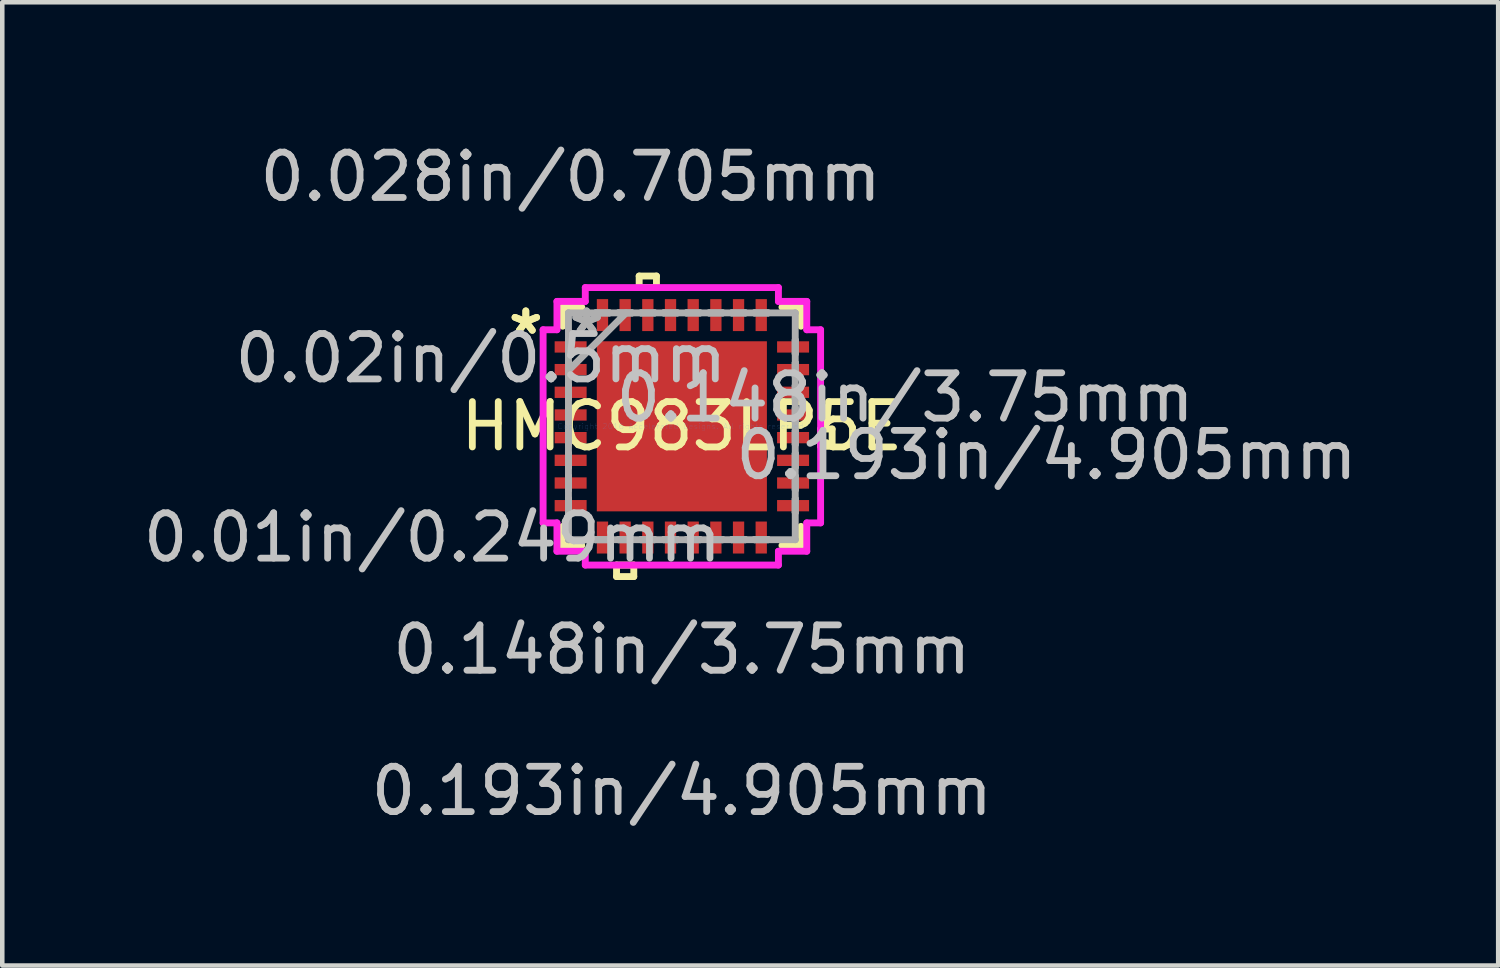
<source format=kicad_pcb>
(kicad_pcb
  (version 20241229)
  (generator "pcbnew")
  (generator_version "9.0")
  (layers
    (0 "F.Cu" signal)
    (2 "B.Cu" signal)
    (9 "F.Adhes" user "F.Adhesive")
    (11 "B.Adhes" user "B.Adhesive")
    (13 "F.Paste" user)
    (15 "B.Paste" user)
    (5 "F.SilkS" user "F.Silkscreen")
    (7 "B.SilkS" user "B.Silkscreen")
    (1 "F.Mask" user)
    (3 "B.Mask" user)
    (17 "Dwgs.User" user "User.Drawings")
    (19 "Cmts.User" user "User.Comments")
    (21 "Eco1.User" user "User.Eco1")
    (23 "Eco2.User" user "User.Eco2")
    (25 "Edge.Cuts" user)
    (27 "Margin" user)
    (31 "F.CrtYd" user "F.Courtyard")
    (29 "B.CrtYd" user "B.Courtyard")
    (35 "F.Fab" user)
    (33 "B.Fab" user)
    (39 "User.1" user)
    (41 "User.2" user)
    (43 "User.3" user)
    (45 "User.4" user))
  (footprint "HMC983LP5E"
    (layer "F.Cu")
    (at 11.983 6.349)
    (property "Reference" "HMC983LP5E" (at 0 0 0) (layer "F.SilkS") (effects (font (size 1 1) (thickness 0.15))))
    (attr through_hole)
    (fp_line (start -2.627 -2.627) (end -2.627 -2.207) (stroke (width 0.152) (type solid)) (layer "F.SilkS"))
    (fp_line (start -2.627 2.207) (end -2.627 2.627) (stroke (width 0.152) (type solid)) (layer "F.SilkS"))
    (fp_line (start -2.627 2.627) (end -2.207 2.627) (stroke (width 0.152) (type solid)) (layer "F.SilkS"))
    (fp_line (start -2.207 -2.627) (end -2.627 -2.627) (stroke (width 0.152) (type solid)) (layer "F.SilkS"))
    (fp_line (start -1.44 3.059) (end -1.44 3.313) (stroke (width 0.152) (type solid)) (layer "F.SilkS"))
    (fp_line (start -1.44 3.313) (end -1.06 3.313) (stroke (width 0.152) (type solid)) (layer "F.SilkS"))
    (fp_line (start -1.06 3.059) (end -1.44 3.059) (stroke (width 0.152) (type solid)) (layer "F.SilkS"))
    (fp_line (start -1.06 3.313) (end -1.06 3.059) (stroke (width 0.152) (type solid)) (layer "F.SilkS"))
    (fp_line (start -0.941 -3.313) (end -0.56 -3.313) (stroke (width 0.152) (type solid)) (layer "F.SilkS"))
    (fp_line (start -0.941 -3.059) (end -0.941 -3.313) (stroke (width 0.152) (type solid)) (layer "F.SilkS"))
    (fp_line (start -0.56 -3.313) (end -0.56 -3.059) (stroke (width 0.152) (type solid)) (layer "F.SilkS"))
    (fp_line (start -0.56 -3.059) (end -0.941 -3.059) (stroke (width 0.152) (type solid)) (layer "F.SilkS"))
    (fp_line (start 2.207 2.627) (end 2.627 2.627) (stroke (width 0.152) (type solid)) (layer "F.SilkS"))
    (fp_line (start 2.627 -2.627) (end 2.207 -2.627) (stroke (width 0.152) (type solid)) (layer "F.SilkS"))
    (fp_line (start 2.627 -2.207) (end 2.627 -2.627) (stroke (width 0.152) (type solid)) (layer "F.SilkS"))
    (fp_line (start 2.627 2.627) (end 2.627 2.207) (stroke (width 0.152) (type solid)) (layer "F.SilkS"))
    (fp_line (start 3.059 0.059) (end 3.313 0.059) (stroke (width 0.152) (type solid)) (layer "F.SilkS"))
    (fp_line (start 3.059 0.441) (end 3.059 0.059) (stroke (width 0.152) (type solid)) (layer "F.SilkS"))
    (fp_line (start 3.313 0.059) (end 3.313 0.441) (stroke (width 0.152) (type solid)) (layer "F.SilkS"))
    (fp_line (start 3.313 0.441) (end 3.059 0.441) (stroke (width 0.152) (type solid)) (layer "F.SilkS"))
    (fp_line (start -1.775 -1.775) (end -1.775 -0.1) (stroke (width 0.152) (type solid)) (layer "F.Paste"))
    (fp_line (start -1.775 -0.1) (end -0.1 -0.1) (stroke (width 0.152) (type solid)) (layer "F.Paste"))
    (fp_line (start -1.775 0.1) (end -1.775 1.775) (stroke (width 0.152) (type solid)) (layer "F.Paste"))
    (fp_line (start -1.775 1.775) (end -0.1 1.775) (stroke (width 0.152) (type solid)) (layer "F.Paste"))
    (fp_line (start -0.1 -1.775) (end -1.775 -1.775) (stroke (width 0.152) (type solid)) (layer "F.Paste"))
    (fp_line (start -0.1 -0.1) (end -0.1 -1.775) (stroke (width 0.152) (type solid)) (layer "F.Paste"))
    (fp_line (start -0.1 0.1) (end -1.775 0.1) (stroke (width 0.152) (type solid)) (layer "F.Paste"))
    (fp_line (start -0.1 1.775) (end -0.1 0.1) (stroke (width 0.152) (type solid)) (layer "F.Paste"))
    (fp_line (start 0.1 -1.775) (end 0.1 -0.1) (stroke (width 0.152) (type solid)) (layer "F.Paste"))
    (fp_line (start 0.1 -0.1) (end 1.775 -0.1) (stroke (width 0.152) (type solid)) (layer "F.Paste"))
    (fp_line (start 0.1 0.1) (end 0.1 1.775) (stroke (width 0.152) (type solid)) (layer "F.Paste"))
    (fp_line (start 0.1 1.775) (end 1.775 1.775) (stroke (width 0.152) (type solid)) (layer "F.Paste"))
    (fp_line (start 1.775 -1.775) (end 0.1 -1.775) (stroke (width 0.152) (type solid)) (layer "F.Paste"))
    (fp_line (start 1.775 -0.1) (end 1.775 -1.775) (stroke (width 0.152) (type solid)) (layer "F.Paste"))
    (fp_line (start 1.775 0.1) (end 0.1 0.1) (stroke (width 0.152) (type solid)) (layer "F.Paste"))
    (fp_line (start 1.775 1.775) (end 1.775 0.1) (stroke (width 0.152) (type solid)) (layer "F.Paste"))
    (fp_line (start -3.059 -2.129) (end -2.754 -2.129) (stroke (width 0.152) (type solid)) (layer "F.CrtYd"))
    (fp_line (start -3.059 2.129) (end -3.059 -2.129) (stroke (width 0.152) (type solid)) (layer "F.CrtYd"))
    (fp_line (start -2.754 -2.754) (end -2.129 -2.754) (stroke (width 0.152) (type solid)) (layer "F.CrtYd"))
    (fp_line (start -2.754 -2.129) (end -2.754 -2.754) (stroke (width 0.152) (type solid)) (layer "F.CrtYd"))
    (fp_line (start -2.754 2.129) (end -3.059 2.129) (stroke (width 0.152) (type solid)) (layer "F.CrtYd"))
    (fp_line (start -2.754 2.754) (end -2.754 2.129) (stroke (width 0.152) (type solid)) (layer "F.CrtYd"))
    (fp_line (start -2.129 -3.059) (end 2.129 -3.059) (stroke (width 0.152) (type solid)) (layer "F.CrtYd"))
    (fp_line (start -2.129 -2.754) (end -2.129 -3.059) (stroke (width 0.152) (type solid)) (layer "F.CrtYd"))
    (fp_line (start -2.129 2.754) (end -2.754 2.754) (stroke (width 0.152) (type solid)) (layer "F.CrtYd"))
    (fp_line (start -2.129 3.059) (end -2.129 2.754) (stroke (width 0.152) (type solid)) (layer "F.CrtYd"))
    (fp_line (start 2.129 -3.059) (end 2.129 -2.754) (stroke (width 0.152) (type solid)) (layer "F.CrtYd"))
    (fp_line (start 2.129 -2.754) (end 2.754 -2.754) (stroke (width 0.152) (type solid)) (layer "F.CrtYd"))
    (fp_line (start 2.129 2.754) (end 2.129 3.059) (stroke (width 0.152) (type solid)) (layer "F.CrtYd"))
    (fp_line (start 2.129 3.059) (end -2.129 3.059) (stroke (width 0.152) (type solid)) (layer "F.CrtYd"))
    (fp_line (start 2.754 -2.754) (end 2.754 -2.129) (stroke (width 0.152) (type solid)) (layer "F.CrtYd"))
    (fp_line (start 2.754 -2.129) (end 3.059 -2.129) (stroke (width 0.152) (type solid)) (layer "F.CrtYd"))
    (fp_line (start 2.754 2.129) (end 2.754 2.754) (stroke (width 0.152) (type solid)) (layer "F.CrtYd"))
    (fp_line (start 2.754 2.754) (end 2.129 2.754) (stroke (width 0.152) (type solid)) (layer "F.CrtYd"))
    (fp_line (start 3.059 -2.129) (end 3.059 2.129) (stroke (width 0.152) (type solid)) (layer "F.CrtYd"))
    (fp_line (start 3.059 2.129) (end 2.754 2.129) (stroke (width 0.152) (type solid)) (layer "F.CrtYd"))
    (fp_line (start -2.5 -2.5) (end -2.5 -2.5) (stroke (width 0.152) (type solid)) (layer "F.Fab"))
    (fp_line (start -2.5 -2.5) (end -2.5 2.5) (stroke (width 0.152) (type solid)) (layer "F.Fab"))
    (fp_line (start -2.5 -1.9) (end -2.5 -1.9) (stroke (width 0.152) (type solid)) (layer "F.Fab"))
    (fp_line (start -2.5 -1.9) (end -2.5 -1.6) (stroke (width 0.152) (type solid)) (layer "F.Fab"))
    (fp_line (start -2.5 -1.6) (end -2.5 -1.9) (stroke (width 0.152) (type solid)) (layer "F.Fab"))
    (fp_line (start -2.5 -1.6) (end -2.5 -1.6) (stroke (width 0.152) (type solid)) (layer "F.Fab"))
    (fp_line (start -2.5 -1.4) (end -2.5 -1.4) (stroke (width 0.152) (type solid)) (layer "F.Fab"))
    (fp_line (start -2.5 -1.4) (end -2.5 -1.1) (stroke (width 0.152) (type solid)) (layer "F.Fab"))
    (fp_line (start -2.5 -1.23) (end -1.23 -2.5) (stroke (width 0.152) (type solid)) (layer "F.Fab"))
    (fp_line (start -2.5 -1.1) (end -2.5 -1.4) (stroke (width 0.152) (type solid)) (layer "F.Fab"))
    (fp_line (start -2.5 -1.1) (end -2.5 -1.1) (stroke (width 0.152) (type solid)) (layer "F.Fab"))
    (fp_line (start -2.5 -0.9) (end -2.5 -0.9) (stroke (width 0.152) (type solid)) (layer "F.Fab"))
    (fp_line (start -2.5 -0.9) (end -2.5 -0.6) (stroke (width 0.152) (type solid)) (layer "F.Fab"))
    (fp_line (start -2.5 -0.6) (end -2.5 -0.9) (stroke (width 0.152) (type solid)) (layer "F.Fab"))
    (fp_line (start -2.5 -0.6) (end -2.5 -0.6) (stroke (width 0.152) (type solid)) (layer "F.Fab"))
    (fp_line (start -2.5 -0.4) (end -2.5 -0.4) (stroke (width 0.152) (type solid)) (layer "F.Fab"))
    (fp_line (start -2.5 -0.4) (end -2.5 -0.1) (stroke (width 0.152) (type solid)) (layer "F.Fab"))
    (fp_line (start -2.5 -0.1) (end -2.5 -0.4) (stroke (width 0.152) (type solid)) (layer "F.Fab"))
    (fp_line (start -2.5 -0.1) (end -2.5 -0.1) (stroke (width 0.152) (type solid)) (layer "F.Fab"))
    (fp_line (start -2.5 0.1) (end -2.5 0.1) (stroke (width 0.152) (type solid)) (layer "F.Fab"))
    (fp_line (start -2.5 0.1) (end -2.5 0.4) (stroke (width 0.152) (type solid)) (layer "F.Fab"))
    (fp_line (start -2.5 0.4) (end -2.5 0.1) (stroke (width 0.152) (type solid)) (layer "F.Fab"))
    (fp_line (start -2.5 0.4) (end -2.5 0.4) (stroke (width 0.152) (type solid)) (layer "F.Fab"))
    (fp_line (start -2.5 0.6) (end -2.5 0.6) (stroke (width 0.152) (type solid)) (layer "F.Fab"))
    (fp_line (start -2.5 0.6) (end -2.5 0.9) (stroke (width 0.152) (type solid)) (layer "F.Fab"))
    (fp_line (start -2.5 0.9) (end -2.5 0.6) (stroke (width 0.152) (type solid)) (layer "F.Fab"))
    (fp_line (start -2.5 0.9) (end -2.5 0.9) (stroke (width 0.152) (type solid)) (layer "F.Fab"))
    (fp_line (start -2.5 1.1) (end -2.5 1.1) (stroke (width 0.152) (type solid)) (layer "F.Fab"))
    (fp_line (start -2.5 1.1) (end -2.5 1.4) (stroke (width 0.152) (type solid)) (layer "F.Fab"))
    (fp_line (start -2.5 1.4) (end -2.5 1.1) (stroke (width 0.152) (type solid)) (layer "F.Fab"))
    (fp_line (start -2.5 1.4) (end -2.5 1.4) (stroke (width 0.152) (type solid)) (layer "F.Fab"))
    (fp_line (start -2.5 1.6) (end -2.5 1.6) (stroke (width 0.152) (type solid)) (layer "F.Fab"))
    (fp_line (start -2.5 1.6) (end -2.5 1.9) (stroke (width 0.152) (type solid)) (layer "F.Fab"))
    (fp_line (start -2.5 1.9) (end -2.5 1.6) (stroke (width 0.152) (type solid)) (layer "F.Fab"))
    (fp_line (start -2.5 1.9) (end -2.5 1.9) (stroke (width 0.152) (type solid)) (layer "F.Fab"))
    (fp_line (start -2.5 2.5) (end -2.5 2.5) (stroke (width 0.152) (type solid)) (layer "F.Fab"))
    (fp_line (start -2.5 2.5) (end 2.5 2.5) (stroke (width 0.152) (type solid)) (layer "F.Fab"))
    (fp_line (start -1.9 -2.5) (end -1.9 -2.5) (stroke (width 0.152) (type solid)) (layer "F.Fab"))
    (fp_line (start -1.9 -2.5) (end -1.6 -2.5) (stroke (width 0.152) (type solid)) (layer "F.Fab"))
    (fp_line (start -1.9 2.5) (end -1.9 2.5) (stroke (width 0.152) (type solid)) (layer "F.Fab"))
    (fp_line (start -1.9 2.5) (end -1.6 2.5) (stroke (width 0.152) (type solid)) (layer "F.Fab"))
    (fp_line (start -1.6 -2.5) (end -1.9 -2.5) (stroke (width 0.152) (type solid)) (layer "F.Fab"))
    (fp_line (start -1.6 -2.5) (end -1.6 -2.5) (stroke (width 0.152) (type solid)) (layer "F.Fab"))
    (fp_line (start -1.6 2.5) (end -1.9 2.5) (stroke (width 0.152) (type solid)) (layer "F.Fab"))
    (fp_line (start -1.6 2.5) (end -1.6 2.5) (stroke (width 0.152) (type solid)) (layer "F.Fab"))
    (fp_line (start -1.4 -2.5) (end -1.4 -2.5) (stroke (width 0.152) (type solid)) (layer "F.Fab"))
    (fp_line (start -1.4 -2.5) (end -1.1 -2.5) (stroke (width 0.152) (type solid)) (layer "F.Fab"))
    (fp_line (start -1.4 2.5) (end -1.4 2.5) (stroke (width 0.152) (type solid)) (layer "F.Fab"))
    (fp_line (start -1.4 2.5) (end -1.1 2.5) (stroke (width 0.152) (type solid)) (layer "F.Fab"))
    (fp_line (start -1.1 -2.5) (end -1.4 -2.5) (stroke (width 0.152) (type solid)) (layer "F.Fab"))
    (fp_line (start -1.1 -2.5) (end -1.1 -2.5) (stroke (width 0.152) (type solid)) (layer "F.Fab"))
    (fp_line (start -1.1 2.5) (end -1.4 2.5) (stroke (width 0.152) (type solid)) (layer "F.Fab"))
    (fp_line (start -1.1 2.5) (end -1.1 2.5) (stroke (width 0.152) (type solid)) (layer "F.Fab"))
    (fp_line (start -0.9 -2.5) (end -0.9 -2.5) (stroke (width 0.152) (type solid)) (layer "F.Fab"))
    (fp_line (start -0.9 -2.5) (end -0.6 -2.5) (stroke (width 0.152) (type solid)) (layer "F.Fab"))
    (fp_line (start -0.9 2.5) (end -0.9 2.5) (stroke (width 0.152) (type solid)) (layer "F.Fab"))
    (fp_line (start -0.9 2.5) (end -0.6 2.5) (stroke (width 0.152) (type solid)) (layer "F.Fab"))
    (fp_line (start -0.6 -2.5) (end -0.9 -2.5) (stroke (width 0.152) (type solid)) (layer "F.Fab"))
    (fp_line (start -0.6 -2.5) (end -0.6 -2.5) (stroke (width 0.152) (type solid)) (layer "F.Fab"))
    (fp_line (start -0.6 2.5) (end -0.9 2.5) (stroke (width 0.152) (type solid)) (layer "F.Fab"))
    (fp_line (start -0.6 2.5) (end -0.6 2.5) (stroke (width 0.152) (type solid)) (layer "F.Fab"))
    (fp_line (start -0.4 -2.5) (end -0.4 -2.5) (stroke (width 0.152) (type solid)) (layer "F.Fab"))
    (fp_line (start -0.4 -2.5) (end -0.1 -2.5) (stroke (width 0.152) (type solid)) (layer "F.Fab"))
    (fp_line (start -0.4 2.5) (end -0.4 2.5) (stroke (width 0.152) (type solid)) (layer "F.Fab"))
    (fp_line (start -0.4 2.5) (end -0.1 2.5) (stroke (width 0.152) (type solid)) (layer "F.Fab"))
    (fp_line (start -0.1 -2.5) (end -0.4 -2.5) (stroke (width 0.152) (type solid)) (layer "F.Fab"))
    (fp_line (start -0.1 -2.5) (end -0.1 -2.5) (stroke (width 0.152) (type solid)) (layer "F.Fab"))
    (fp_line (start -0.1 2.5) (end -0.4 2.5) (stroke (width 0.152) (type solid)) (layer "F.Fab"))
    (fp_line (start -0.1 2.5) (end -0.1 2.5) (stroke (width 0.152) (type solid)) (layer "F.Fab"))
    (fp_line (start 0.1 -2.5) (end 0.1 -2.5) (stroke (width 0.152) (type solid)) (layer "F.Fab"))
    (fp_line (start 0.1 -2.5) (end 0.4 -2.5) (stroke (width 0.152) (type solid)) (layer "F.Fab"))
    (fp_line (start 0.1 2.5) (end 0.1 2.5) (stroke (width 0.152) (type solid)) (layer "F.Fab"))
    (fp_line (start 0.1 2.5) (end 0.4 2.5) (stroke (width 0.152) (type solid)) (layer "F.Fab"))
    (fp_line (start 0.4 -2.5) (end 0.1 -2.5) (stroke (width 0.152) (type solid)) (layer "F.Fab"))
    (fp_line (start 0.4 -2.5) (end 0.4 -2.5) (stroke (width 0.152) (type solid)) (layer "F.Fab"))
    (fp_line (start 0.4 2.5) (end 0.1 2.5) (stroke (width 0.152) (type solid)) (layer "F.Fab"))
    (fp_line (start 0.4 2.5) (end 0.4 2.5) (stroke (width 0.152) (type solid)) (layer "F.Fab"))
    (fp_line (start 0.6 -2.5) (end 0.6 -2.5) (stroke (width 0.152) (type solid)) (layer "F.Fab"))
    (fp_line (start 0.6 -2.5) (end 0.9 -2.5) (stroke (width 0.152) (type solid)) (layer "F.Fab"))
    (fp_line (start 0.6 2.5) (end 0.6 2.5) (stroke (width 0.152) (type solid)) (layer "F.Fab"))
    (fp_line (start 0.6 2.5) (end 0.9 2.5) (stroke (width 0.152) (type solid)) (layer "F.Fab"))
    (fp_line (start 0.9 -2.5) (end 0.6 -2.5) (stroke (width 0.152) (type solid)) (layer "F.Fab"))
    (fp_line (start 0.9 -2.5) (end 0.9 -2.5) (stroke (width 0.152) (type solid)) (layer "F.Fab"))
    (fp_line (start 0.9 2.5) (end 0.6 2.5) (stroke (width 0.152) (type solid)) (layer "F.Fab"))
    (fp_line (start 0.9 2.5) (end 0.9 2.5) (stroke (width 0.152) (type solid)) (layer "F.Fab"))
    (fp_line (start 1.1 -2.5) (end 1.1 -2.5) (stroke (width 0.152) (type solid)) (layer "F.Fab"))
    (fp_line (start 1.1 -2.5) (end 1.4 -2.5) (stroke (width 0.152) (type solid)) (layer "F.Fab"))
    (fp_line (start 1.1 2.5) (end 1.1 2.5) (stroke (width 0.152) (type solid)) (layer "F.Fab"))
    (fp_line (start 1.1 2.5) (end 1.4 2.5) (stroke (width 0.152) (type solid)) (layer "F.Fab"))
    (fp_line (start 1.4 -2.5) (end 1.1 -2.5) (stroke (width 0.152) (type solid)) (layer "F.Fab"))
    (fp_line (start 1.4 -2.5) (end 1.4 -2.5) (stroke (width 0.152) (type solid)) (layer "F.Fab"))
    (fp_line (start 1.4 2.5) (end 1.1 2.5) (stroke (width 0.152) (type solid)) (layer "F.Fab"))
    (fp_line (start 1.4 2.5) (end 1.4 2.5) (stroke (width 0.152) (type solid)) (layer "F.Fab"))
    (fp_line (start 1.6 -2.5) (end 1.6 -2.5) (stroke (width 0.152) (type solid)) (layer "F.Fab"))
    (fp_line (start 1.6 -2.5) (end 1.9 -2.5) (stroke (width 0.152) (type solid)) (layer "F.Fab"))
    (fp_line (start 1.6 2.5) (end 1.6 2.5) (stroke (width 0.152) (type solid)) (layer "F.Fab"))
    (fp_line (start 1.6 2.5) (end 1.9 2.5) (stroke (width 0.152) (type solid)) (layer "F.Fab"))
    (fp_line (start 1.9 -2.5) (end 1.6 -2.5) (stroke (width 0.152) (type solid)) (layer "F.Fab"))
    (fp_line (start 1.9 -2.5) (end 1.9 -2.5) (stroke (width 0.152) (type solid)) (layer "F.Fab"))
    (fp_line (start 1.9 2.5) (end 1.6 2.5) (stroke (width 0.152) (type solid)) (layer "F.Fab"))
    (fp_line (start 1.9 2.5) (end 1.9 2.5) (stroke (width 0.152) (type solid)) (layer "F.Fab"))
    (fp_line (start 2.5 -2.5) (end -2.5 -2.5) (stroke (width 0.152) (type solid)) (layer "F.Fab"))
    (fp_line (start 2.5 -2.5) (end 2.5 -2.5) (stroke (width 0.152) (type solid)) (layer "F.Fab"))
    (fp_line (start 2.5 -1.9) (end 2.5 -1.9) (stroke (width 0.152) (type solid)) (layer "F.Fab"))
    (fp_line (start 2.5 -1.9) (end 2.5 -1.6) (stroke (width 0.152) (type solid)) (layer "F.Fab"))
    (fp_line (start 2.5 -1.6) (end 2.5 -1.9) (stroke (width 0.152) (type solid)) (layer "F.Fab"))
    (fp_line (start 2.5 -1.6) (end 2.5 -1.6) (stroke (width 0.152) (type solid)) (layer "F.Fab"))
    (fp_line (start 2.5 -1.4) (end 2.5 -1.4) (stroke (width 0.152) (type solid)) (layer "F.Fab"))
    (fp_line (start 2.5 -1.4) (end 2.5 -1.1) (stroke (width 0.152) (type solid)) (layer "F.Fab"))
    (fp_line (start 2.5 -1.1) (end 2.5 -1.4) (stroke (width 0.152) (type solid)) (layer "F.Fab"))
    (fp_line (start 2.5 -1.1) (end 2.5 -1.1) (stroke (width 0.152) (type solid)) (layer "F.Fab"))
    (fp_line (start 2.5 -0.9) (end 2.5 -0.9) (stroke (width 0.152) (type solid)) (layer "F.Fab"))
    (fp_line (start 2.5 -0.9) (end 2.5 -0.6) (stroke (width 0.152) (type solid)) (layer "F.Fab"))
    (fp_line (start 2.5 -0.6) (end 2.5 -0.9) (stroke (width 0.152) (type solid)) (layer "F.Fab"))
    (fp_line (start 2.5 -0.6) (end 2.5 -0.6) (stroke (width 0.152) (type solid)) (layer "F.Fab"))
    (fp_line (start 2.5 -0.4) (end 2.5 -0.4) (stroke (width 0.152) (type solid)) (layer "F.Fab"))
    (fp_line (start 2.5 -0.4) (end 2.5 -0.1) (stroke (width 0.152) (type solid)) (layer "F.Fab"))
    (fp_line (start 2.5 -0.1) (end 2.5 -0.4) (stroke (width 0.152) (type solid)) (layer "F.Fab"))
    (fp_line (start 2.5 -0.1) (end 2.5 -0.1) (stroke (width 0.152) (type solid)) (layer "F.Fab"))
    (fp_line (start 2.5 0.1) (end 2.5 0.1) (stroke (width 0.152) (type solid)) (layer "F.Fab"))
    (fp_line (start 2.5 0.1) (end 2.5 0.4) (stroke (width 0.152) (type solid)) (layer "F.Fab"))
    (fp_line (start 2.5 0.4) (end 2.5 0.1) (stroke (width 0.152) (type solid)) (layer "F.Fab"))
    (fp_line (start 2.5 0.4) (end 2.5 0.4) (stroke (width 0.152) (type solid)) (layer "F.Fab"))
    (fp_line (start 2.5 0.6) (end 2.5 0.6) (stroke (width 0.152) (type solid)) (layer "F.Fab"))
    (fp_line (start 2.5 0.6) (end 2.5 0.9) (stroke (width 0.152) (type solid)) (layer "F.Fab"))
    (fp_line (start 2.5 0.9) (end 2.5 0.6) (stroke (width 0.152) (type solid)) (layer "F.Fab"))
    (fp_line (start 2.5 0.9) (end 2.5 0.9) (stroke (width 0.152) (type solid)) (layer "F.Fab"))
    (fp_line (start 2.5 1.1) (end 2.5 1.1) (stroke (width 0.152) (type solid)) (layer "F.Fab"))
    (fp_line (start 2.5 1.1) (end 2.5 1.4) (stroke (width 0.152) (type solid)) (layer "F.Fab"))
    (fp_line (start 2.5 1.4) (end 2.5 1.1) (stroke (width 0.152) (type solid)) (layer "F.Fab"))
    (fp_line (start 2.5 1.4) (end 2.5 1.4) (stroke (width 0.152) (type solid)) (layer "F.Fab"))
    (fp_line (start 2.5 1.6) (end 2.5 1.6) (stroke (width 0.152) (type solid)) (layer "F.Fab"))
    (fp_line (start 2.5 1.6) (end 2.5 1.9) (stroke (width 0.152) (type solid)) (layer "F.Fab"))
    (fp_line (start 2.5 1.9) (end 2.5 1.6) (stroke (width 0.152) (type solid)) (layer "F.Fab"))
    (fp_line (start 2.5 1.9) (end 2.5 1.9) (stroke (width 0.152) (type solid)) (layer "F.Fab"))
    (fp_line (start 2.5 2.5) (end 2.5 -2.5) (stroke (width 0.152) (type solid)) (layer "F.Fab"))
    (fp_line (start 2.5 2.5) (end 2.5 2.5) (stroke (width 0.152) (type solid)) (layer "F.Fab"))
    (fp_text user "*" (at -3.44 -2 0) (layer "F.SilkS") (effects (font (size 1 1) (thickness 0.15))))
    (fp_text user "*" (at -3.44 -2 0) (layer "F.SilkS") (effects (font (size 1 1) (thickness 0.15))))
    (fp_text user "0.028in/0.705mm" (at -2.452 -5.5 0) (layer "Dwgs.User") (effects (font (size 1 1) (thickness 0.15))))
    (fp_text user "0.193in/4.905mm" (at 8.04 0.635 0) (layer "Dwgs.User") (effects (font (size 1 1) (thickness 0.15))))
    (fp_text user "0.02in/0.5mm" (at -4.43 -1.5 0) (layer "Dwgs.User") (effects (font (size 1 1) (thickness 0.15))))
    (fp_text user "0.193in/4.905mm" (at 0 8.04 0) (layer "Dwgs.User") (effects (font (size 1 1) (thickness 0.15))))
    (fp_text user "0.148in/3.75mm" (at 4.923 -0.635 0) (layer "Dwgs.User") (effects (font (size 1 1) (thickness 0.15))))
    (fp_text user "0.01in/0.249mm" (at -5.5 2.452 0) (layer "Dwgs.User") (effects (font (size 1 1) (thickness 0.15))))
    (fp_text user "0.148in/3.75mm" (at 0 4.923 0) (layer "Dwgs.User") (effects (font (size 1 1) (thickness 0.15))))
    (fp_text user "Copyright 2016 Accelerated Designs. All rights reserved." (at 0 0 0) (layer "Cmts.User") (effects (font (size 0.127 0.127) (thickness 0.002))))
    (fp_text user "*" (at -2.1 -2 0) (layer "F.Fab") (effects (font (size 1 1) (thickness 0.15))))
    (fp_text user "*" (at -2.1 -2 0) (layer "F.Fab") (effects (font (size 1 1) (thickness 0.15))))
    (pad "1" smd rect (at -2.452 -1.75 90) (size 0.249 0.705) (layers "F.Cu" "F.Mask" "F.Paste"))
    (pad "2" smd rect (at -2.452 -1.25 90) (size 0.249 0.705) (layers "F.Cu" "F.Mask" "F.Paste"))
    (pad "3" smd rect (at -2.452 -0.75 90) (size 0.249 0.705) (layers "F.Cu" "F.Mask" "F.Paste"))
    (pad "4" smd rect (at -2.452 -0.25 90) (size 0.249 0.705) (layers "F.Cu" "F.Mask" "F.Paste"))
    (pad "5" smd rect (at -2.452 0.25 90) (size 0.249 0.705) (layers "F.Cu" "F.Mask" "F.Paste"))
    (pad "6" smd rect (at -2.452 0.75 90) (size 0.249 0.705) (layers "F.Cu" "F.Mask" "F.Paste"))
    (pad "7" smd rect (at -2.452 1.25 90) (size 0.249 0.705) (layers "F.Cu" "F.Mask" "F.Paste"))
    (pad "8" smd rect (at -2.452 1.75 90) (size 0.249 0.705) (layers "F.Cu" "F.Mask" "F.Paste"))
    (pad "9" smd rect (at -1.75 2.452) (size 0.249 0.705) (layers "F.Cu" "F.Mask" "F.Paste"))
    (pad "10" smd rect (at -1.25 2.452) (size 0.249 0.705) (layers "F.Cu" "F.Mask" "F.Paste"))
    (pad "11" smd rect (at -0.75 2.452) (size 0.249 0.705) (layers "F.Cu" "F.Mask" "F.Paste"))
    (pad "12" smd rect (at -0.25 2.452) (size 0.249 0.705) (layers "F.Cu" "F.Mask" "F.Paste"))
    (pad "13" smd rect (at 0.25 2.452) (size 0.249 0.705) (layers "F.Cu" "F.Mask" "F.Paste"))
    (pad "14" smd rect (at 0.75 2.452) (size 0.249 0.705) (layers "F.Cu" "F.Mask" "F.Paste"))
    (pad "15" smd rect (at 1.25 2.452) (size 0.249 0.705) (layers "F.Cu" "F.Mask" "F.Paste"))
    (pad "16" smd rect (at 1.75 2.452) (size 0.249 0.705) (layers "F.Cu" "F.Mask" "F.Paste"))
    (pad "17" smd rect (at 2.452 1.75 90) (size 0.249 0.705) (layers "F.Cu" "F.Mask" "F.Paste"))
    (pad "18" smd rect (at 2.452 1.25 90) (size 0.249 0.705) (layers "F.Cu" "F.Mask" "F.Paste"))
    (pad "19" smd rect (at 2.452 0.75 90) (size 0.249 0.705) (layers "F.Cu" "F.Mask" "F.Paste"))
    (pad "20" smd rect (at 2.452 0.25 90) (size 0.249 0.705) (layers "F.Cu" "F.Mask" "F.Paste"))
    (pad "21" smd rect (at 2.452 -0.25 90) (size 0.249 0.705) (layers "F.Cu" "F.Mask" "F.Paste"))
    (pad "22" smd rect (at 2.452 -0.75 90) (size 0.249 0.705) (layers "F.Cu" "F.Mask" "F.Paste"))
    (pad "23" smd rect (at 2.452 -1.25 90) (size 0.249 0.705) (layers "F.Cu" "F.Mask" "F.Paste"))
    (pad "24" smd rect (at 2.452 -1.75 90) (size 0.249 0.705) (layers "F.Cu" "F.Mask" "F.Paste"))
    (pad "25" smd rect (at 1.75 -2.452) (size 0.249 0.705) (layers "F.Cu" "F.Mask" "F.Paste"))
    (pad "26" smd rect (at 1.25 -2.452) (size 0.249 0.705) (layers "F.Cu" "F.Mask" "F.Paste"))
    (pad "27" smd rect (at 0.75 -2.452) (size 0.249 0.705) (layers "F.Cu" "F.Mask" "F.Paste"))
    (pad "28" smd rect (at 0.25 -2.452) (size 0.249 0.705) (layers "F.Cu" "F.Mask" "F.Paste"))
    (pad "29" smd rect (at -0.25 -2.452) (size 0.249 0.705) (layers "F.Cu" "F.Mask" "F.Paste"))
    (pad "30" smd rect (at -0.75 -2.452) (size 0.249 0.705) (layers "F.Cu" "F.Mask" "F.Paste"))
    (pad "31" smd rect (at -1.25 -2.452) (size 0.249 0.705) (layers "F.Cu" "F.Mask" "F.Paste"))
    (pad "32" smd rect (at -1.75 -2.452) (size 0.249 0.705) (layers "F.Cu" "F.Mask" "F.Paste"))
    (pad "33" smd rect (at 0 0) (size 3.75 3.75) (layers "F.Cu" "F.Mask" "F.Paste")))
  (gr_rect
    (start -3 -3)
    (end 29.981 18.237)
    (stroke (width 0.1) (type default))
    (fill no)
    (layer "Edge.Cuts")))
</source>
